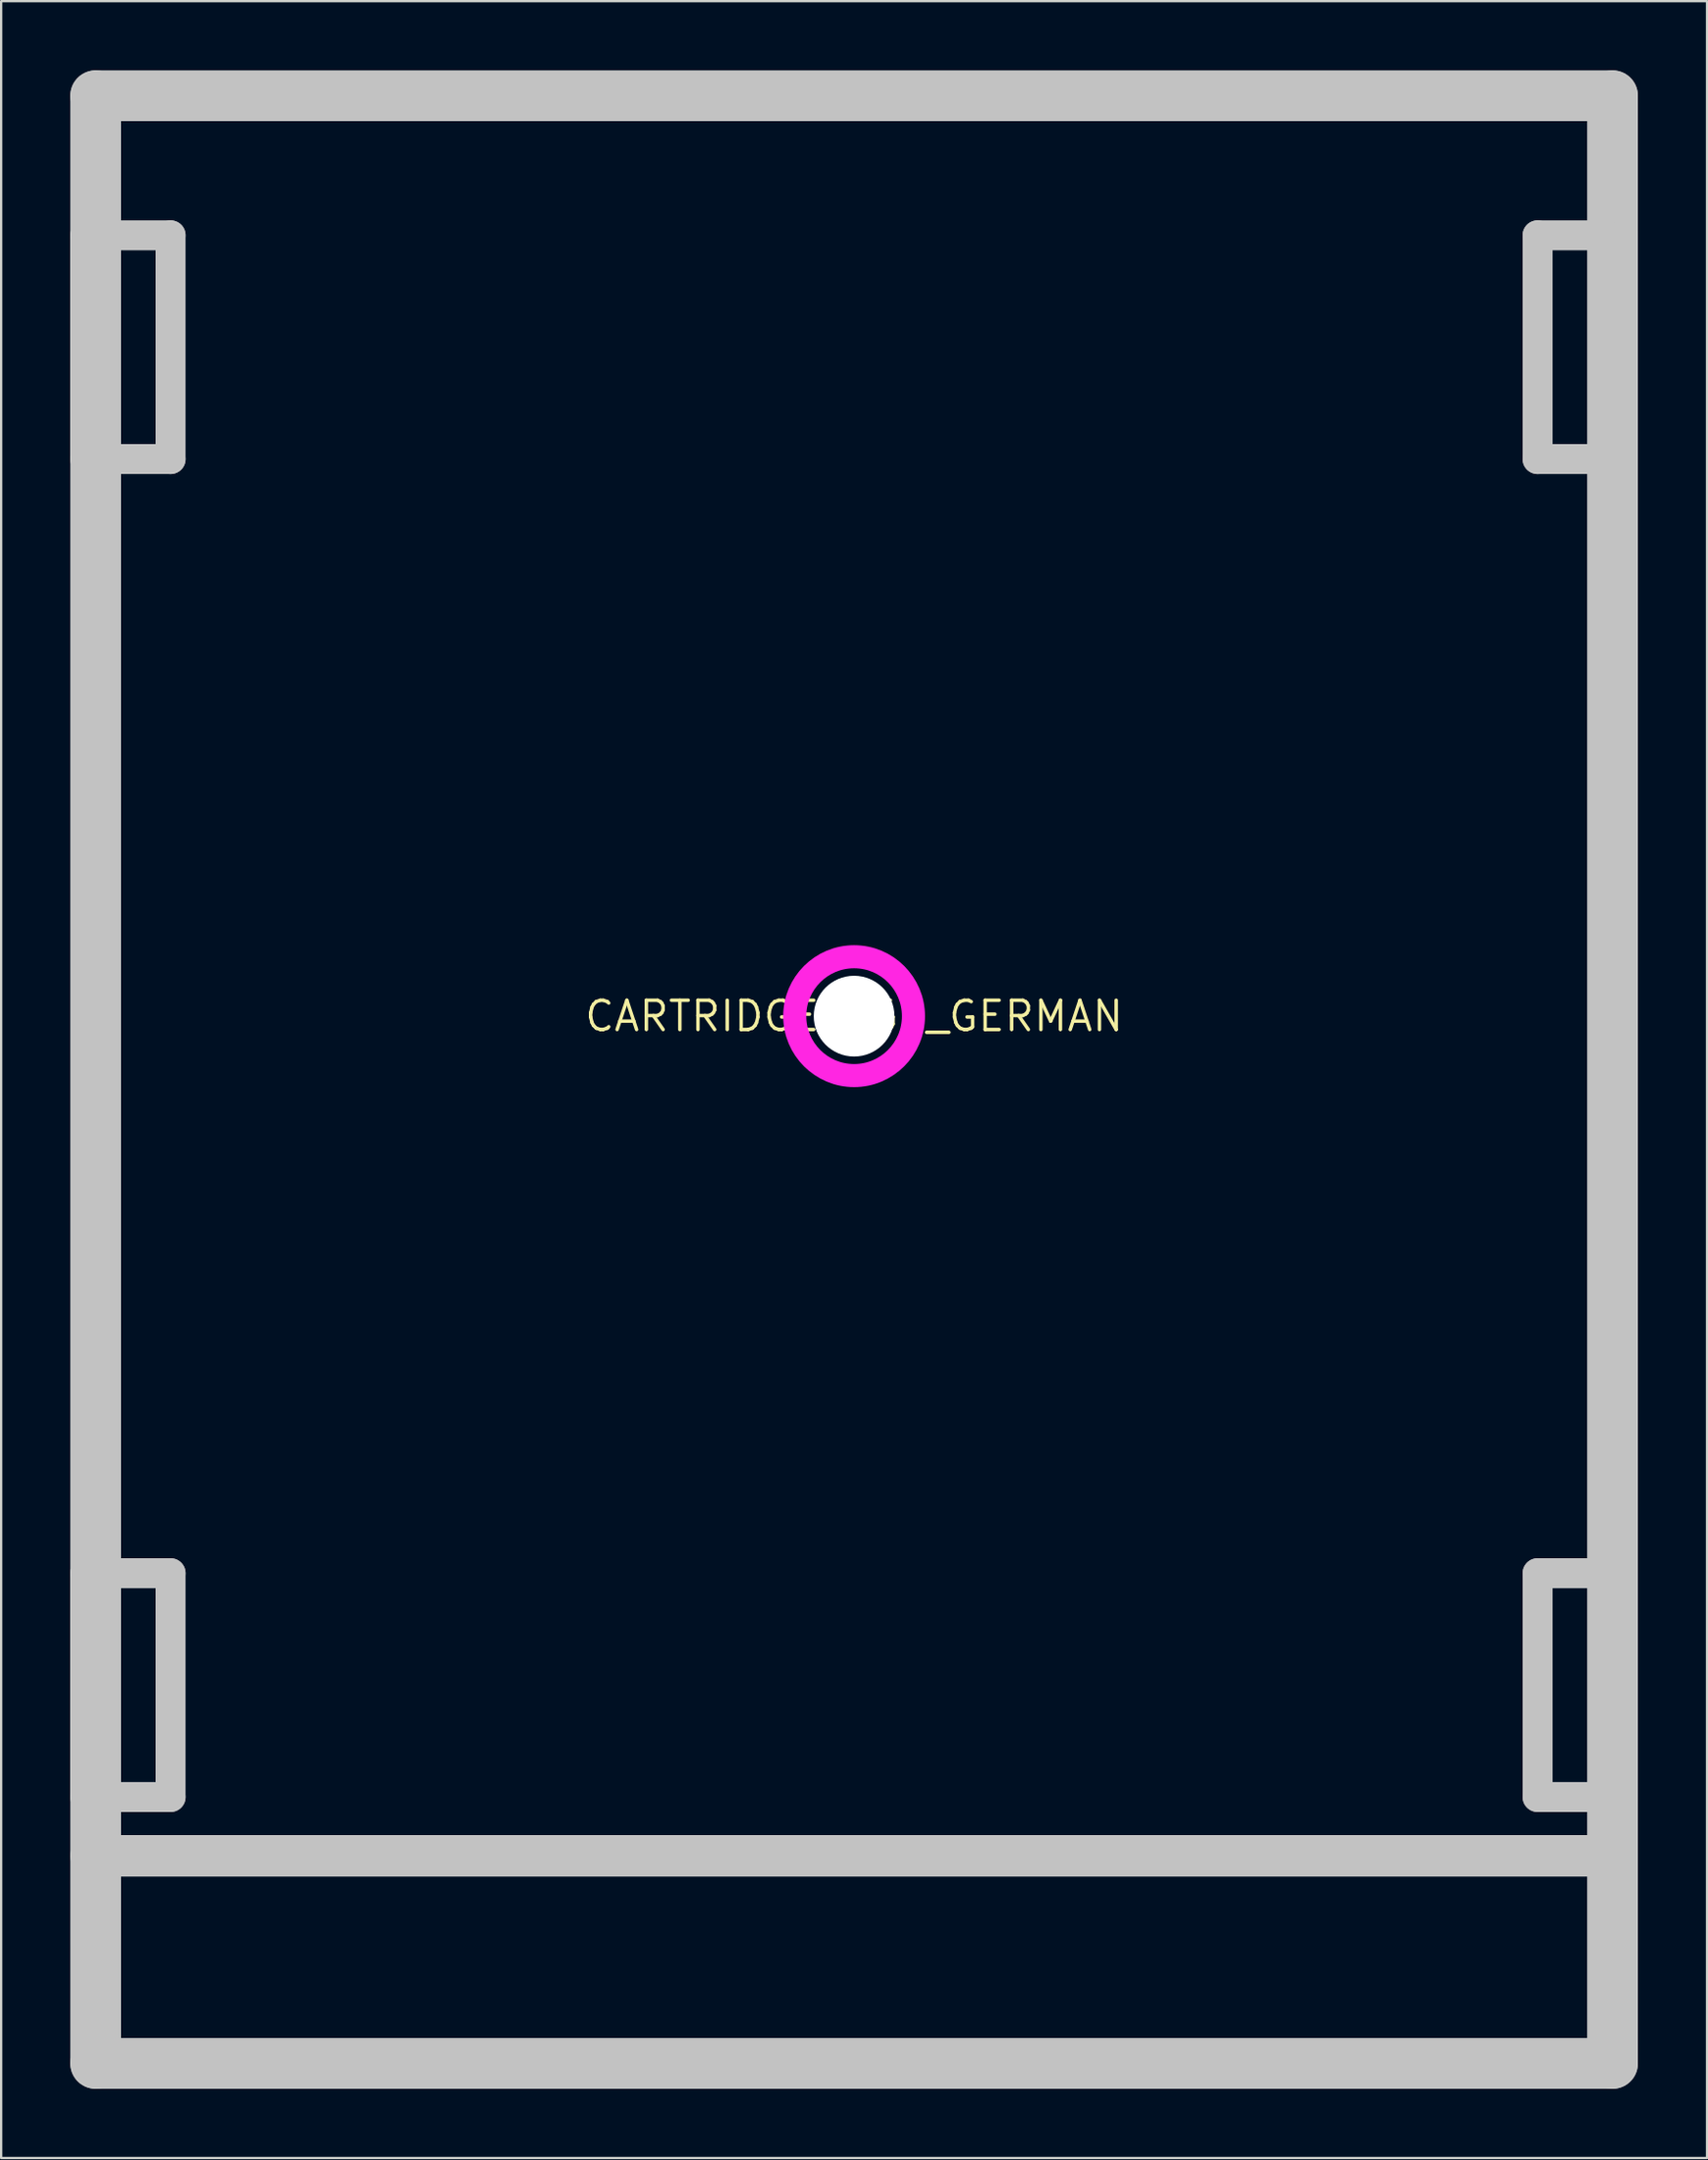
<source format=kicad_pcb>
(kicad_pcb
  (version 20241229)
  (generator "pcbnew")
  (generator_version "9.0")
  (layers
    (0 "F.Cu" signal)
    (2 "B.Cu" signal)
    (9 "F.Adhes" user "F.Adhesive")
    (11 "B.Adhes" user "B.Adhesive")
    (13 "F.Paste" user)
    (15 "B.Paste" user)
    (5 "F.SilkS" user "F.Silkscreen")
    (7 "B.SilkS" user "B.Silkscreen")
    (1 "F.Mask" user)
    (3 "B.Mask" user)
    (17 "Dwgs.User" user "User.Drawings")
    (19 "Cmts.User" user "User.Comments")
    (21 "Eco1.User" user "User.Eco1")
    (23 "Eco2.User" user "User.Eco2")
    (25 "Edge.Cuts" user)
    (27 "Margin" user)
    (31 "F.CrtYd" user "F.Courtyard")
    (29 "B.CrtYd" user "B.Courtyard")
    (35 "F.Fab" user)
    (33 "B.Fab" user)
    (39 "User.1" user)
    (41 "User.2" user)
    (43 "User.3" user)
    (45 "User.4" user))
  (footprint "CARTRIDGE_C64_GERMAN"
    (layer "F.Cu")
    (at 34 41)
    (property "Reference" "CARTRIDGE_C64_GERMAN" (at 0 0 0) (layer "F.SilkS") (effects (font (size 1.27 1.27) (thickness 0.15))))
    (attr through_hole)
    (fp_line (start -33.35 -33.85) (end -29.65 -33.85) (stroke (width 1.3) (type solid)) (layer "Dwgs.User"))
    (fp_line (start -33.35 -24.15) (end -33.35 -33.85) (stroke (width 1.3) (type solid)) (layer "Dwgs.User"))
    (fp_line (start -33.35 24.15) (end -29.65 24.15) (stroke (width 1.3) (type solid)) (layer "Dwgs.User"))
    (fp_line (start -33.35 33.85) (end -33.35 24.15) (stroke (width 1.3) (type solid)) (layer "Dwgs.User"))
    (fp_line (start -33.1 36.4) (end 33.1 36.4) (stroke (width 1.8) (type solid)) (layer "Dwgs.User"))
    (fp_line (start -32.9 -39.9) (end 32.9 -39.9) (stroke (width 2.2) (type solid)) (layer "Dwgs.User"))
    (fp_line (start -32.9 45.4) (end -32.9 -39.9) (stroke (width 2.2) (type solid)) (layer "Dwgs.User"))
    (fp_line (start -29.65 -33.85) (end -29.65 -24.15) (stroke (width 1.3) (type solid)) (layer "Dwgs.User"))
    (fp_line (start -29.65 -24.15) (end -33.35 -24.15) (stroke (width 1.3) (type solid)) (layer "Dwgs.User"))
    (fp_line (start -29.65 24.15) (end -29.65 33.85) (stroke (width 1.3) (type solid)) (layer "Dwgs.User"))
    (fp_line (start -29.65 33.85) (end -33.35 33.85) (stroke (width 1.3) (type solid)) (layer "Dwgs.User"))
    (fp_line (start 29.65 -33.85) (end 29.65 -24.15) (stroke (width 1.3) (type solid)) (layer "Dwgs.User"))
    (fp_line (start 29.65 -24.15) (end 33.35 -24.15) (stroke (width 1.3) (type solid)) (layer "Dwgs.User"))
    (fp_line (start 29.65 24.15) (end 29.65 33.85) (stroke (width 1.3) (type solid)) (layer "Dwgs.User"))
    (fp_line (start 29.65 33.85) (end 33.35 33.85) (stroke (width 1.3) (type solid)) (layer "Dwgs.User"))
    (fp_line (start 32.9 -39.9) (end 32.9 45.4) (stroke (width 2.2) (type solid)) (layer "Dwgs.User"))
    (fp_line (start 32.9 45.4) (end -32.9 45.4) (stroke (width 2.2) (type solid)) (layer "Dwgs.User"))
    (fp_line (start 33.35 -33.85) (end 29.65 -33.85) (stroke (width 1.3) (type solid)) (layer "Dwgs.User"))
    (fp_line (start 33.35 -24.15) (end 33.35 -33.85) (stroke (width 1.3) (type solid)) (layer "Dwgs.User"))
    (fp_line (start 33.35 24.15) (end 29.65 24.15) (stroke (width 1.3) (type solid)) (layer "Dwgs.User"))
    (fp_line (start 33.35 33.85) (end 33.35 24.15) (stroke (width 1.3) (type solid)) (layer "Dwgs.User"))
    (fp_circle (center 0 0) (end 2.575 0) (stroke (width 1) (type solid)) (fill no) (layer "F.CrtYd"))
    (pad "" np_thru_hole circle (at 0 0) (size 3.5 3.5) (drill 3.5) (layers "*.Cu" "*.Mask")))
  (gr_rect
    (start -3 -3)
    (end 71 90.5)
    (stroke (width 0.1) (type default))
    (fill no)
    (layer "Edge.Cuts")))
</source>
